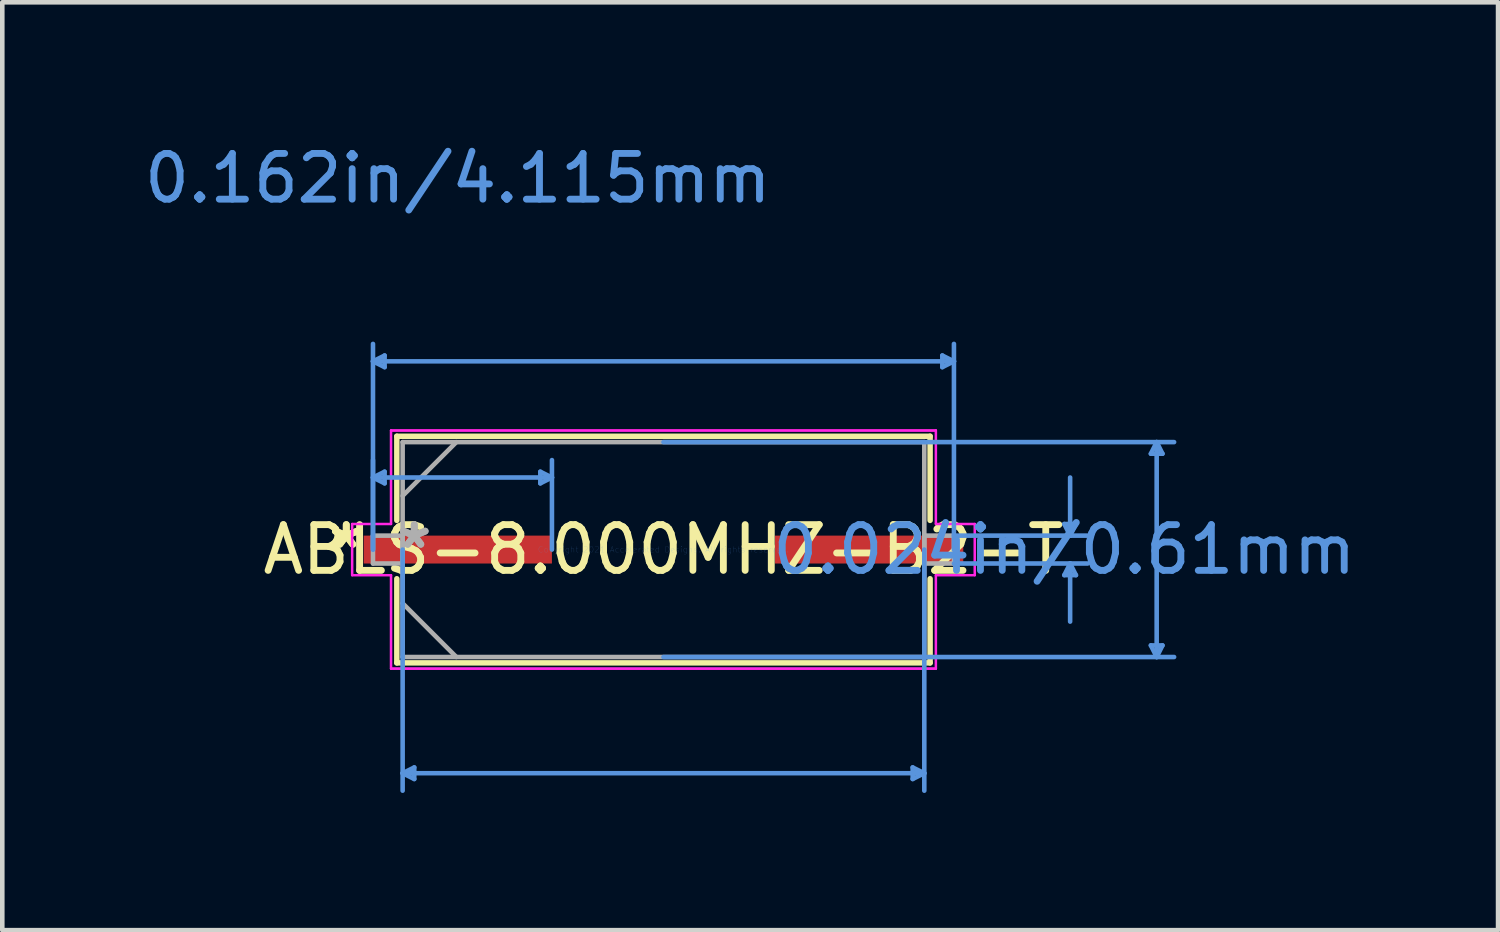
<source format=kicad_pcb>
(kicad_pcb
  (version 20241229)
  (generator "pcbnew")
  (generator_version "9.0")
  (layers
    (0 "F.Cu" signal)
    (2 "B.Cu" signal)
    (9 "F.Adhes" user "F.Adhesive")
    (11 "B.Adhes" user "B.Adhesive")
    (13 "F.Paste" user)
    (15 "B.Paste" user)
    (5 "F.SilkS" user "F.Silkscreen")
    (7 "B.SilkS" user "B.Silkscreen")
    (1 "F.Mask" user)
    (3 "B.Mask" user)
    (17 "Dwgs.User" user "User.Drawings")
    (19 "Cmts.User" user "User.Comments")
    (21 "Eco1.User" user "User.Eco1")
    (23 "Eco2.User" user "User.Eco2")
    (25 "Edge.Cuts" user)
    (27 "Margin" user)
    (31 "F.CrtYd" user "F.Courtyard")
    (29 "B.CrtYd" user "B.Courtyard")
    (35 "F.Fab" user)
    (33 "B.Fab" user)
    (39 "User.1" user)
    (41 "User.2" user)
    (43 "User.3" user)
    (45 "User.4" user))
  (footprint "ABLS-8.000MHZ-B2-T"
    (layer "F.Cu")
    (at 11.454 8.964)
    (property "Reference" "ABLS-8.000MHZ-B2-T" (at 0 0 0) (layer "F.SilkS") (effects (font (size 1 1) (thickness 0.15))))
    (attr through_hole)
    (fp_line (start -5.829 -2.477) (end -5.829 -0.638) (stroke (width 0.12) (type solid)) (layer "F.SilkS"))
    (fp_line (start -5.829 0.638) (end -5.829 2.477) (stroke (width 0.12) (type solid)) (layer "F.SilkS"))
    (fp_line (start -5.829 2.477) (end 5.829 2.477) (stroke (width 0.12) (type solid)) (layer "F.SilkS"))
    (fp_line (start 5.829 -2.477) (end -5.829 -2.477) (stroke (width 0.12) (type solid)) (layer "F.SilkS"))
    (fp_line (start 5.829 -0.638) (end 5.829 -2.477) (stroke (width 0.12) (type solid)) (layer "F.SilkS"))
    (fp_line (start 5.829 2.477) (end 5.829 0.638) (stroke (width 0.12) (type solid)) (layer "F.SilkS"))
    (fp_line (start -6.35 -4.115) (end -6.096 -4.242) (stroke (width 0.1) (type solid)) (layer "Cmts.User"))
    (fp_line (start -6.35 -4.115) (end -6.096 -3.988) (stroke (width 0.1) (type solid)) (layer "Cmts.User"))
    (fp_line (start -6.35 -4.115) (end 6.35 -4.115) (stroke (width 0.1) (type solid)) (layer "Cmts.User"))
    (fp_line (start -6.35 -1.575) (end -6.096 -1.702) (stroke (width 0.1) (type solid)) (layer "Cmts.User"))
    (fp_line (start -6.35 -1.575) (end -6.096 -1.448) (stroke (width 0.1) (type solid)) (layer "Cmts.User"))
    (fp_line (start -6.35 -1.575) (end -2.438 -1.575) (stroke (width 0.1) (type solid)) (layer "Cmts.User"))
    (fp_line (start -6.35 0) (end -6.35 -4.496) (stroke (width 0.1) (type solid)) (layer "Cmts.User"))
    (fp_line (start -6.35 0) (end -6.35 -1.956) (stroke (width 0.1) (type solid)) (layer "Cmts.User"))
    (fp_line (start -6.096 -4.242) (end -6.096 -3.988) (stroke (width 0.1) (type solid)) (layer "Cmts.User"))
    (fp_line (start -6.096 -1.702) (end -6.096 -1.448) (stroke (width 0.1) (type solid)) (layer "Cmts.User"))
    (fp_line (start -5.702 0) (end -5.702 5.271) (stroke (width 0.1) (type solid)) (layer "Cmts.User"))
    (fp_line (start -5.702 4.889) (end -5.448 4.763) (stroke (width 0.1) (type solid)) (layer "Cmts.User"))
    (fp_line (start -5.702 4.889) (end -5.448 5.016) (stroke (width 0.1) (type solid)) (layer "Cmts.User"))
    (fp_line (start -5.702 4.889) (end 5.702 4.889) (stroke (width 0.1) (type solid)) (layer "Cmts.User"))
    (fp_line (start -5.448 4.763) (end -5.448 5.016) (stroke (width 0.1) (type solid)) (layer "Cmts.User"))
    (fp_line (start -2.692 -1.702) (end -2.692 -1.448) (stroke (width 0.1) (type solid)) (layer "Cmts.User"))
    (fp_line (start -2.438 -1.575) (end -2.692 -1.702) (stroke (width 0.1) (type solid)) (layer "Cmts.User"))
    (fp_line (start -2.438 -1.575) (end -2.692 -1.448) (stroke (width 0.1) (type solid)) (layer "Cmts.User"))
    (fp_line (start -2.438 0) (end -2.438 -1.956) (stroke (width 0.1) (type solid)) (layer "Cmts.User"))
    (fp_line (start 0 -2.349) (end 11.163 -2.349) (stroke (width 0.1) (type solid)) (layer "Cmts.User"))
    (fp_line (start 0 2.349) (end 11.163 2.349) (stroke (width 0.1) (type solid)) (layer "Cmts.User"))
    (fp_line (start 5.448 4.763) (end 5.448 5.016) (stroke (width 0.1) (type solid)) (layer "Cmts.User"))
    (fp_line (start 5.702 0) (end 5.702 5.271) (stroke (width 0.1) (type solid)) (layer "Cmts.User"))
    (fp_line (start 5.702 4.889) (end 5.448 4.763) (stroke (width 0.1) (type solid)) (layer "Cmts.User"))
    (fp_line (start 5.702 4.889) (end 5.448 5.016) (stroke (width 0.1) (type solid)) (layer "Cmts.User"))
    (fp_line (start 6.096 -4.242) (end 6.096 -3.988) (stroke (width 0.1) (type solid)) (layer "Cmts.User"))
    (fp_line (start 6.35 -4.115) (end 6.096 -4.242) (stroke (width 0.1) (type solid)) (layer "Cmts.User"))
    (fp_line (start 6.35 -4.115) (end 6.096 -3.988) (stroke (width 0.1) (type solid)) (layer "Cmts.User"))
    (fp_line (start 6.35 -0.305) (end 9.271 -0.305) (stroke (width 0.1) (type solid)) (layer "Cmts.User"))
    (fp_line (start 6.35 0) (end 6.35 -4.496) (stroke (width 0.1) (type solid)) (layer "Cmts.User"))
    (fp_line (start 6.35 0.305) (end 9.271 0.305) (stroke (width 0.1) (type solid)) (layer "Cmts.User"))
    (fp_line (start 8.763 -0.559) (end 9.017 -0.559) (stroke (width 0.1) (type solid)) (layer "Cmts.User"))
    (fp_line (start 8.763 0.559) (end 9.017 0.559) (stroke (width 0.1) (type solid)) (layer "Cmts.User"))
    (fp_line (start 8.89 -0.305) (end 8.763 -0.559) (stroke (width 0.1) (type solid)) (layer "Cmts.User"))
    (fp_line (start 8.89 -0.305) (end 8.89 -1.575) (stroke (width 0.1) (type solid)) (layer "Cmts.User"))
    (fp_line (start 8.89 -0.305) (end 9.017 -0.559) (stroke (width 0.1) (type solid)) (layer "Cmts.User"))
    (fp_line (start 8.89 0.305) (end 8.763 0.559) (stroke (width 0.1) (type solid)) (layer "Cmts.User"))
    (fp_line (start 8.89 0.305) (end 8.89 1.575) (stroke (width 0.1) (type solid)) (layer "Cmts.User"))
    (fp_line (start 8.89 0.305) (end 9.017 0.559) (stroke (width 0.1) (type solid)) (layer "Cmts.User"))
    (fp_line (start 10.655 -2.095) (end 10.909 -2.095) (stroke (width 0.1) (type solid)) (layer "Cmts.User"))
    (fp_line (start 10.655 2.095) (end 10.909 2.095) (stroke (width 0.1) (type solid)) (layer "Cmts.User"))
    (fp_line (start 10.782 -2.349) (end 10.655 -2.095) (stroke (width 0.1) (type solid)) (layer "Cmts.User"))
    (fp_line (start 10.782 -2.349) (end 10.782 2.349) (stroke (width 0.1) (type solid)) (layer "Cmts.User"))
    (fp_line (start 10.782 -2.349) (end 10.909 -2.095) (stroke (width 0.1) (type solid)) (layer "Cmts.User"))
    (fp_line (start 10.782 2.349) (end 10.655 2.095) (stroke (width 0.1) (type solid)) (layer "Cmts.User"))
    (fp_line (start 10.782 2.349) (end 10.909 2.095) (stroke (width 0.1) (type solid)) (layer "Cmts.User"))
    (fp_line (start -6.807 -0.559) (end -5.956 -0.559) (stroke (width 0.05) (type solid)) (layer "F.CrtYd"))
    (fp_line (start -6.807 -0.559) (end -5.956 -0.559) (stroke (width 0.05) (type solid)) (layer "F.CrtYd"))
    (fp_line (start -6.807 0.559) (end -6.807 -0.559) (stroke (width 0.05) (type solid)) (layer "F.CrtYd"))
    (fp_line (start -6.807 0.559) (end -6.807 -0.559) (stroke (width 0.05) (type solid)) (layer "F.CrtYd"))
    (fp_line (start -5.956 -2.603) (end 5.956 -2.603) (stroke (width 0.05) (type solid)) (layer "F.CrtYd"))
    (fp_line (start -5.956 -2.603) (end 5.956 -2.603) (stroke (width 0.05) (type solid)) (layer "F.CrtYd"))
    (fp_line (start -5.956 -0.559) (end -5.956 -2.603) (stroke (width 0.05) (type solid)) (layer "F.CrtYd"))
    (fp_line (start -5.956 -0.559) (end -5.956 -2.603) (stroke (width 0.05) (type solid)) (layer "F.CrtYd"))
    (fp_line (start -5.956 0.559) (end -6.807 0.559) (stroke (width 0.05) (type solid)) (layer "F.CrtYd"))
    (fp_line (start -5.956 0.559) (end -6.807 0.559) (stroke (width 0.05) (type solid)) (layer "F.CrtYd"))
    (fp_line (start -5.956 2.603) (end -5.956 0.559) (stroke (width 0.05) (type solid)) (layer "F.CrtYd"))
    (fp_line (start -5.956 2.603) (end -5.956 0.559) (stroke (width 0.05) (type solid)) (layer "F.CrtYd"))
    (fp_line (start 5.956 -2.603) (end 5.956 -0.559) (stroke (width 0.05) (type solid)) (layer "F.CrtYd"))
    (fp_line (start 5.956 -2.603) (end 5.956 -0.559) (stroke (width 0.05) (type solid)) (layer "F.CrtYd"))
    (fp_line (start 5.956 -0.559) (end 6.807 -0.559) (stroke (width 0.05) (type solid)) (layer "F.CrtYd"))
    (fp_line (start 5.956 -0.559) (end 6.807 -0.559) (stroke (width 0.05) (type solid)) (layer "F.CrtYd"))
    (fp_line (start 5.956 0.559) (end 5.956 2.603) (stroke (width 0.05) (type solid)) (layer "F.CrtYd"))
    (fp_line (start 5.956 0.559) (end 5.956 2.603) (stroke (width 0.05) (type solid)) (layer "F.CrtYd"))
    (fp_line (start 5.956 2.603) (end -5.956 2.603) (stroke (width 0.05) (type solid)) (layer "F.CrtYd"))
    (fp_line (start 5.956 2.603) (end -5.956 2.603) (stroke (width 0.05) (type solid)) (layer "F.CrtYd"))
    (fp_line (start 6.807 -0.559) (end 6.807 0.559) (stroke (width 0.05) (type solid)) (layer "F.CrtYd"))
    (fp_line (start 6.807 -0.559) (end 6.807 0.559) (stroke (width 0.05) (type solid)) (layer "F.CrtYd"))
    (fp_line (start 6.807 0.559) (end 5.956 0.559) (stroke (width 0.05) (type solid)) (layer "F.CrtYd"))
    (fp_line (start 6.807 0.559) (end 5.956 0.559) (stroke (width 0.05) (type solid)) (layer "F.CrtYd"))
    (fp_line (start -6.35 -0.305) (end -6.35 0.305) (stroke (width 0.1) (type solid)) (layer "F.Fab"))
    (fp_line (start -6.35 0.305) (end -5.702 0.305) (stroke (width 0.1) (type solid)) (layer "F.Fab"))
    (fp_line (start -5.702 -2.349) (end -5.702 2.349) (stroke (width 0.1) (type solid)) (layer "F.Fab"))
    (fp_line (start -5.702 -1.175) (end -4.528 -2.349) (stroke (width 0.1) (type solid)) (layer "F.Fab"))
    (fp_line (start -5.702 -0.305) (end -6.35 -0.305) (stroke (width 0.1) (type solid)) (layer "F.Fab"))
    (fp_line (start -5.702 0.305) (end -5.702 -0.305) (stroke (width 0.1) (type solid)) (layer "F.Fab"))
    (fp_line (start -5.702 1.175) (end -4.528 2.349) (stroke (width 0.1) (type solid)) (layer "F.Fab"))
    (fp_line (start -5.702 2.349) (end 5.702 2.349) (stroke (width 0.1) (type solid)) (layer "F.Fab"))
    (fp_line (start 5.702 -2.349) (end -5.702 -2.349) (stroke (width 0.1) (type solid)) (layer "F.Fab"))
    (fp_line (start 5.702 -0.305) (end 5.702 0.305) (stroke (width 0.1) (type solid)) (layer "F.Fab"))
    (fp_line (start 5.702 0.305) (end 6.35 0.305) (stroke (width 0.1) (type solid)) (layer "F.Fab"))
    (fp_line (start 5.702 2.349) (end 5.702 -2.349) (stroke (width 0.1) (type solid)) (layer "F.Fab"))
    (fp_line (start 6.35 -0.305) (end 5.702 -0.305) (stroke (width 0.1) (type solid)) (layer "F.Fab"))
    (fp_line (start 6.35 0.305) (end 6.35 -0.305) (stroke (width 0.1) (type solid)) (layer "F.Fab"))
    (fp_text user "*" (at -6.934 0 0) (layer "F.SilkS") (effects (font (size 1 1) (thickness 0.15))))
    (fp_text user "*" (at -6.934 0 0) (layer "F.SilkS") (effects (font (size 1 1) (thickness 0.15))))
    (fp_text user "0.162in/4.115mm" (at -4.496 -8.115 0) (layer "Cmts.User") (effects (font (size 1 1) (thickness 0.15))))
    (fp_text user "Copyright 2021 Accelerated Designs. All rights reserved." (at 0 0 0) (layer "Cmts.User") (effects (font (size 0.127 0.127) (thickness 0.002))))
    (fp_text user "0.024in/0.61mm" (at 8.763 0 0) (layer "Cmts.User") (effects (font (size 1 1) (thickness 0.15))))
    (fp_text user "*" (at -5.448 0 0) (layer "F.Fab") (effects (font (size 1 1) (thickness 0.15))))
    (fp_text user "*" (at -5.448 0 0) (layer "F.Fab") (effects (font (size 1 1) (thickness 0.15))))
    (pad "1" smd rect (at -4.496 0) (size 4.115 0.61) (layers "F.Cu" "F.Mask" "F.Paste"))
    (pad "2" smd rect (at 4.496 0) (size 4.115 0.61) (layers "F.Cu" "F.Mask" "F.Paste")))
  (gr_rect
    (start -3 -3)
    (end 29.699 17.284)
    (stroke (width 0.1) (type default))
    (fill no)
    (layer "Edge.Cuts")))
</source>
